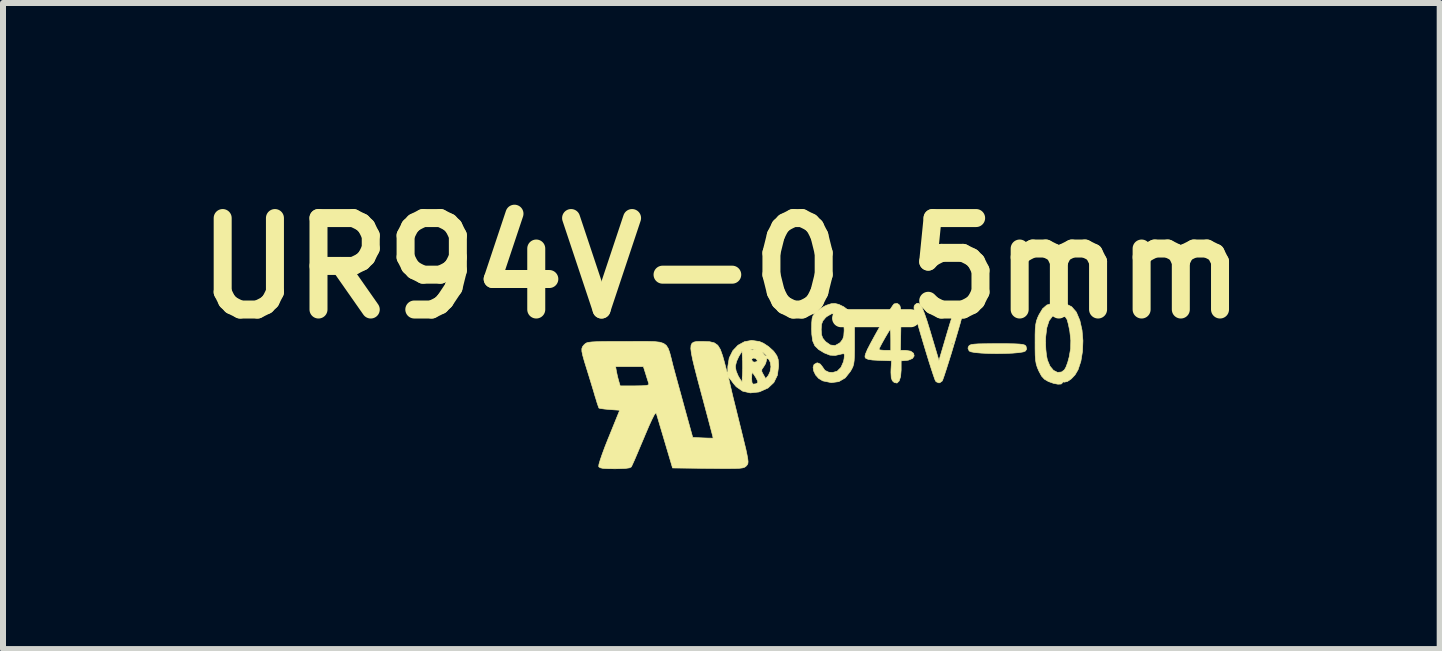
<source format=kicad_pcb>
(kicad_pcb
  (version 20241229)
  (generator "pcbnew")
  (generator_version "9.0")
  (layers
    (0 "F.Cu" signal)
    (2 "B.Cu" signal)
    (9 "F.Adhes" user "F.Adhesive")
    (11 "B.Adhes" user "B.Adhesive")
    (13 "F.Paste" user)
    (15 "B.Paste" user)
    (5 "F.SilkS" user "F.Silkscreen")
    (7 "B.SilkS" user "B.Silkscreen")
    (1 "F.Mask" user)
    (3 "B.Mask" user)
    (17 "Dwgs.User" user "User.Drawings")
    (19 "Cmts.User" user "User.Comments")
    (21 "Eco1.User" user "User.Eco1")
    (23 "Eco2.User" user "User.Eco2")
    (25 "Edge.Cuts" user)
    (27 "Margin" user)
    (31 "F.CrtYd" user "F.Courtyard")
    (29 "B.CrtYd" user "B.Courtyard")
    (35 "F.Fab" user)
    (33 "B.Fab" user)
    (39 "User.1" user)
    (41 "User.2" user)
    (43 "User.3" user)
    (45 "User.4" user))
  (footprint "UR94V-0_5mm"
    (layer "F.Cu")
    (at 11.67 4.218)
    (property "Reference" "UR94V-0_5mm" (at -2.7 -2.8 0) (layer "F.SilkS") (effects (font (size 1.524 1.524) (thickness 0.3))))
    (attr through_hole)
    (fp_poly (pts (xy 2.061 -1.541) (xy 2.18 -1.539) (xy 2.264 -1.535) (xy 2.319 -1.529) (xy 2.353 -1.519) (xy 2.371 -1.506) (xy 2.376 -1.5) (xy 2.387 -1.452) (xy 2.369 -1.42) (xy 2.331 -1.404) (xy 2.255 -1.392) (xy 2.149 -1.383) (xy 2.023 -1.378) (xy 1.889 -1.376) (xy 1.755 -1.378) (xy 1.632 -1.384) (xy 1.529 -1.393) (xy 1.458 -1.406) (xy 1.429 -1.42) (xy 1.409 -1.467) (xy 1.422 -1.5) (xy 1.437 -1.515) (xy 1.464 -1.526) (xy 1.51 -1.533) (xy 1.582 -1.538) (xy 1.688 -1.54) (xy 1.833 -1.541) (xy 1.899 -1.541) (xy 2.061 -1.541)) (stroke (width 0.01) (type solid)) (fill yes) (layer "F.SilkS"))
    (fp_poly (pts (xy 1.317 -2.195) (xy 1.322 -2.191) (xy 1.333 -2.175) (xy 1.339 -2.153) (xy 1.338 -2.119) (xy 1.329 -2.066) (xy 1.31 -1.99) (xy 1.281 -1.883) (xy 1.24 -1.742) (xy 1.186 -1.559) (xy 1.183 -1.55) (xy 1.134 -1.385) (xy 1.087 -1.235) (xy 1.046 -1.106) (xy 1.013 -1.006) (xy 0.99 -0.941) (xy 0.98 -0.919) (xy 0.941 -0.891) (xy 0.925 -0.888) (xy 0.883 -0.905) (xy 0.869 -0.919) (xy 0.856 -0.95) (xy 0.831 -1.022) (xy 0.796 -1.128) (xy 0.754 -1.26) (xy 0.707 -1.414) (xy 0.666 -1.55) (xy 0.611 -1.735) (xy 0.57 -1.878) (xy 0.54 -1.985) (xy 0.521 -2.063) (xy 0.512 -2.117) (xy 0.51 -2.152) (xy 0.516 -2.174) (xy 0.527 -2.19) (xy 0.528 -2.191) (xy 0.559 -2.214) (xy 0.588 -2.215) (xy 0.617 -2.191) (xy 0.648 -2.136) (xy 0.684 -2.046) (xy 0.728 -1.918) (xy 0.781 -1.747) (xy 0.789 -1.719) (xy 0.926 -1.26) (xy 1.009 -1.541) (xy 1.134 -1.541) (xy 1.147 -1.529) (xy 1.159 -1.541) (xy 1.147 -1.554) (xy 1.134 -1.541) (xy 1.009 -1.541) (xy 1.061 -1.718) (xy 1.115 -1.897) (xy 1.159 -2.031) (xy 1.196 -2.126) (xy 1.228 -2.186) (xy 1.257 -2.214) (xy 1.286 -2.216) (xy 1.317 -2.195)) (stroke (width 0.01) (type solid)) (fill yes) (layer "F.SilkS"))
    (fp_poly (pts (xy 0.258 -2.195) (xy 0.274 -2.176) (xy 0.284 -2.144) (xy 0.291 -2.09) (xy 0.293 -2.008) (xy 0.293 -1.889) (xy 0.291 -1.796) (xy 0.284 -1.43) (xy 0.373 -1.43) (xy 0.456 -1.416) (xy 0.503 -1.381) (xy 0.513 -1.337) (xy 0.485 -1.295) (xy 0.418 -1.267) (xy 0.386 -1.262) (xy 0.296 -1.255) (xy 0.296 -1.101) (xy 0.287 -0.993) (xy 0.263 -0.92) (xy 0.227 -0.885) (xy 0.181 -0.894) (xy 0.149 -0.924) (xy 0.131 -0.974) (xy 0.126 -1.061) (xy 0.127 -1.108) (xy 0.136 -1.256) (xy -0.071 -1.263) (xy -0.182 -1.269) (xy -0.253 -1.28) (xy -0.292 -1.297) (xy -0.303 -1.309) (xy -0.307 -1.334) (xy -0.295 -1.377) (xy -0.266 -1.444) (xy -0.266 -1.445) (xy -0.074 -1.445) (xy -0.052 -1.436) (xy 0.003 -1.431) (xy 0.025 -1.43) (xy 0.123 -1.43) (xy 0.123 -1.603) (xy 0.122 -1.688) (xy 0.118 -1.75) (xy 0.113 -1.775) (xy 0.113 -1.776) (xy 0.097 -1.756) (xy 0.066 -1.705) (xy 0.026 -1.637) (xy -0.015 -1.564) (xy -0.05 -1.499) (xy -0.071 -1.455) (xy -0.074 -1.445) (xy -0.266 -1.445) (xy -0.217 -1.54) (xy -0.146 -1.671) (xy -0.094 -1.764) (xy -0.019 -1.895) (xy 0.05 -2.011) (xy 0.109 -2.106) (xy 0.153 -2.173) (xy 0.178 -2.204) (xy 0.179 -2.204) (xy 0.227 -2.213) (xy 0.258 -2.195)) (stroke (width 0.01) (type solid)) (fill yes) (layer "F.SilkS"))
    (fp_poly (pts (xy 3.04 -2.205) (xy 3.137 -2.157) (xy 3.21 -2.074) (xy 3.217 -2.063) (xy 3.274 -1.928) (xy 3.31 -1.766) (xy 3.325 -1.591) (xy 3.318 -1.415) (xy 3.291 -1.249) (xy 3.244 -1.107) (xy 3.194 -1.022) (xy 3.131 -0.955) (xy 3.068 -0.912) (xy 3.015 -0.9) (xy 3.002 -0.904) (xy 2.985 -0.897) (xy 2.984 -0.889) (xy 2.963 -0.869) (xy 2.909 -0.866) (xy 2.835 -0.88) (xy 2.752 -0.91) (xy 2.749 -0.911) (xy 2.684 -0.949) (xy 2.635 -1.002) (xy 2.589 -1.088) (xy 2.564 -1.147) (xy 2.547 -1.202) (xy 2.536 -1.265) (xy 2.53 -1.348) (xy 2.528 -1.461) (xy 2.528 -1.554) (xy 2.702 -1.554) (xy 2.707 -1.446) (xy 2.718 -1.344) (xy 2.733 -1.269) (xy 2.776 -1.167) (xy 2.834 -1.097) (xy 2.901 -1.063) (xy 2.968 -1.069) (xy 3.016 -1.105) (xy 3.042 -1.15) (xy 3.071 -1.228) (xy 3.096 -1.32) (xy 3.096 -1.32) (xy 3.12 -1.459) (xy 3.123 -1.597) (xy 3.106 -1.75) (xy 3.083 -1.863) (xy 3.062 -1.941) (xy 3.034 -1.985) (xy 2.99 -2.012) (xy 2.98 -2.016) (xy 2.89 -2.03) (xy 2.817 -1.998) (xy 2.761 -1.923) (xy 2.723 -1.806) (xy 2.704 -1.649) (xy 2.702 -1.554) (xy 2.528 -1.554) (xy 2.528 -1.691) (xy 2.531 -1.79) (xy 2.539 -1.863) (xy 2.551 -1.921) (xy 2.571 -1.976) (xy 2.594 -2.025) (xy 2.654 -2.125) (xy 2.725 -2.186) (xy 2.82 -2.214) (xy 2.91 -2.219) (xy 3.04 -2.205)) (stroke (width 0.01) (type solid)) (fill yes) (layer "F.SilkS"))
    (fp_poly (pts (xy -0.74 -2.195) (xy -0.739 -2.194) (xy -0.661 -2.156) (xy -0.583 -2.098) (xy -0.563 -2.079) (xy -0.481 -1.995) (xy -0.481 -1.595) (xy -0.481 -1.446) (xy -0.483 -1.337) (xy -0.487 -1.259) (xy -0.495 -1.202) (xy -0.508 -1.158) (xy -0.528 -1.117) (xy -0.55 -1.079) (xy -0.636 -0.971) (xy -0.742 -0.909) (xy -0.867 -0.892) (xy -1.008 -0.921) (xy -1.011 -0.922) (xy -1.078 -0.962) (xy -1.129 -1.019) (xy -1.161 -1.085) (xy -1.171 -1.147) (xy -1.155 -1.195) (xy -1.11 -1.22) (xy -1.095 -1.221) (xy -1.051 -1.201) (xy -1.02 -1.162) (xy -0.974 -1.096) (xy -0.91 -1.066) (xy -0.846 -1.061) (xy -0.769 -1.083) (xy -0.706 -1.147) (xy -0.664 -1.243) (xy -0.654 -1.295) (xy -0.649 -1.354) (xy -0.659 -1.375) (xy -0.69 -1.371) (xy -0.697 -1.369) (xy -0.803 -1.345) (xy -0.891 -1.35) (xy -0.984 -1.387) (xy -0.985 -1.387) (xy -1.079 -1.444) (xy -1.142 -1.506) (xy -1.178 -1.587) (xy -1.193 -1.697) (xy -1.195 -1.776) (xy -1.036 -1.776) (xy -1.031 -1.691) (xy -1.011 -1.634) (xy -0.968 -1.581) (xy -0.964 -1.576) (xy -0.883 -1.519) (xy -0.805 -1.51) (xy -0.731 -1.551) (xy -0.713 -1.568) (xy -0.678 -1.615) (xy -0.66 -1.671) (xy -0.654 -1.754) (xy -0.654 -1.776) (xy -0.659 -1.868) (xy -0.675 -1.929) (xy -0.708 -1.978) (xy -0.714 -1.984) (xy -0.788 -2.036) (xy -0.865 -2.039) (xy -0.945 -1.992) (xy -0.964 -1.975) (xy -1.009 -1.921) (xy -1.03 -1.865) (xy -1.036 -1.783) (xy -1.036 -1.776) (xy -1.195 -1.776) (xy -1.196 -1.788) (xy -1.194 -1.892) (xy -1.188 -1.959) (xy -1.174 -2.005) (xy -1.148 -2.043) (xy -1.126 -2.068) (xy -1.058 -2.122) (xy -0.972 -2.171) (xy -0.945 -2.183) (xy -0.867 -2.208) (xy -0.807 -2.211) (xy -0.74 -2.195)) (stroke (width 0.01) (type solid)) (fill yes) (layer "F.SilkS"))
    (fp_poly (pts (xy -2.065 -1.577) (xy -1.999 -1.549) (xy -1.915 -1.494) (xy -1.838 -1.425) (xy -1.818 -1.402) (xy -1.775 -1.34) (xy -1.753 -1.278) (xy -1.746 -1.196) (xy -1.746 -1.166) (xy -1.766 -1.015) (xy -1.825 -0.894) (xy -1.923 -0.802) (xy -2.06 -0.741) (xy -2.077 -0.736) (xy -2.218 -0.721) (xy -2.345 -0.75) (xy -2.452 -0.824) (xy -2.499 -0.879) (xy -2.541 -0.937) (xy -2.572 -0.973) (xy -2.58 -0.979) (xy -2.576 -0.955) (xy -2.561 -0.888) (xy -2.537 -0.786) (xy -2.506 -0.653) (xy -2.467 -0.497) (xy -2.424 -0.323) (xy -2.41 -0.266) (xy -2.36 -0.063) (xy -2.321 0.097) (xy -2.291 0.22) (xy -2.272 0.311) (xy -2.26 0.377) (xy -2.255 0.422) (xy -2.257 0.452) (xy -2.265 0.472) (xy -2.277 0.488) (xy -2.28 0.492) (xy -2.297 0.508) (xy -2.317 0.52) (xy -2.348 0.529) (xy -2.396 0.535) (xy -2.467 0.538) (xy -2.567 0.539) (xy -2.703 0.539) (xy -2.881 0.537) (xy -2.92 0.537) (xy -3.513 0.53) (xy -3.641 0.099) (xy -3.683 -0.043) (xy -3.721 -0.17) (xy -3.752 -0.275) (xy -3.774 -0.349) (xy -3.784 -0.382) (xy -3.795 -0.385) (xy -3.819 -0.353) (xy -3.855 -0.282) (xy -3.906 -0.171) (xy -3.972 -0.016) (xy -3.989 0.025) (xy -4.049 0.166) (xy -4.102 0.292) (xy -4.147 0.397) (xy -4.181 0.472) (xy -4.199 0.51) (xy -4.2 0.512) (xy -4.231 0.528) (xy -4.304 0.538) (xy -4.42 0.542) (xy -4.475 0.543) (xy -4.593 0.541) (xy -4.671 0.537) (xy -4.717 0.527) (xy -4.74 0.512) (xy -4.744 0.504) (xy -4.74 0.47) (xy -4.719 0.398) (xy -4.684 0.296) (xy -4.638 0.172) (xy -4.583 0.033) (xy -4.576 0.017) (xy -4.394 -0.432) (xy -4.562 -0.444) (xy -4.648 -0.452) (xy -4.712 -0.461) (xy -4.74 -0.468) (xy -4.74 -0.469) (xy -4.751 -0.497) (xy -4.772 -0.559) (xy -4.797 -0.643) (xy -4.801 -0.653) (xy -4.829 -0.749) (xy -4.867 -0.874) (xy -4.909 -1.011) (xy -4.941 -1.114) (xy -4.955 -1.159) (xy -4.462 -1.159) (xy -4.448 -1.079) (xy -4.43 -0.994) (xy -4.41 -0.919) (xy -4.386 -0.838) (xy -4.142 -0.838) (xy -4.025 -0.84) (xy -3.951 -0.845) (xy -3.914 -0.855) (xy -3.908 -0.869) (xy -3.92 -0.909) (xy -3.942 -0.978) (xy -3.958 -1.03) (xy -3.999 -1.159) (xy -4.462 -1.159) (xy -4.955 -1.159) (xy -4.983 -1.249) (xy -5.01 -1.346) (xy -5.024 -1.412) (xy -5.025 -1.457) (xy -5.014 -1.49) (xy -4.993 -1.517) (xy -4.981 -1.529) (xy -4.964 -1.544) (xy -4.942 -1.556) (xy -4.908 -1.564) (xy -4.858 -1.57) (xy -4.784 -1.574) (xy -4.681 -1.577) (xy -4.543 -1.578) (xy -4.364 -1.578) (xy -4.291 -1.578) (xy -4.091 -1.579) (xy -3.935 -1.579) (xy -3.815 -1.576) (xy -3.726 -1.566) (xy -3.663 -1.546) (xy -3.618 -1.513) (xy -3.586 -1.463) (xy -3.561 -1.395) (xy -3.537 -1.304) (xy -3.508 -1.187) (xy -3.504 -1.171) (xy -3.47 -1.045) (xy -3.427 -0.887) (xy -3.379 -0.713) (xy -3.331 -0.537) (xy -3.301 -0.427) (xy -3.177 0.021) (xy -3.006 0.029) (xy -2.922 0.032) (xy -2.861 0.033) (xy -2.836 0.032) (xy -2.836 0.032) (xy -2.842 0.008) (xy -2.859 -0.058) (xy -2.886 -0.16) (xy -2.921 -0.293) (xy -2.963 -0.45) (xy -3.01 -0.626) (xy -3.035 -0.719) (xy -3.095 -0.944) (xy -3.142 -1.126) (xy -3.177 -1.27) (xy -3.199 -1.379) (xy -3.209 -1.459) (xy -3.205 -1.514) (xy -3.188 -1.549) (xy -3.157 -1.568) (xy -3.113 -1.577) (xy -3.055 -1.578) (xy -3.001 -1.578) (xy -2.895 -1.574) (xy -2.817 -1.555) (xy -2.76 -1.515) (xy -2.717 -1.446) (xy -2.679 -1.34) (xy -2.651 -1.241) (xy -2.594 -1.023) (xy -2.592 -1.154) (xy -2.466 -1.154) (xy -2.453 -1.084) (xy -2.42 -1.006) (xy -2.411 -0.989) (xy -2.355 -0.9) (xy -2.352 -0.962) (xy -2.195 -0.962) (xy -2.19 -0.894) (xy -2.17 -0.867) (xy -2.127 -0.872) (xy -2.112 -0.877) (xy -2.092 -0.893) (xy -2.097 -0.923) (xy -2.125 -0.976) (xy -2.159 -1.029) (xy -2.182 -1.058) (xy -2.185 -1.06) (xy -2.191 -1.038) (xy -2.195 -0.984) (xy -2.195 -0.962) (xy -2.352 -0.962) (xy -2.348 -1.03) (xy -2.346 -1.076) (xy -2.026 -1.076) (xy -2.001 -1.028) (xy -1.961 -0.959) (xy -1.917 -1.012) (xy -1.888 -1.075) (xy -1.874 -1.153) (xy -1.874 -1.159) (xy -1.884 -1.23) (xy -1.908 -1.279) (xy -1.911 -1.282) (xy -1.94 -1.298) (xy -1.948 -1.272) (xy -1.948 -1.263) (xy -1.963 -1.209) (xy -1.995 -1.156) (xy -2.026 -1.112) (xy -2.026 -1.076) (xy -2.346 -1.076) (xy -2.345 -1.138) (xy -2.346 -1.254) (xy -2.347 -1.272) (xy -2.195 -1.272) (xy -2.174 -1.24) (xy -2.143 -1.233) (xy -2.106 -1.245) (xy -2.102 -1.264) (xy -2.129 -1.295) (xy -2.166 -1.302) (xy -2.192 -1.285) (xy -2.195 -1.272) (xy -2.347 -1.272) (xy -2.348 -1.288) (xy -2.354 -1.405) (xy -2.021 -1.405) (xy -2.014 -1.393) (xy -2.001 -1.375) (xy -1.965 -1.336) (xy -1.949 -1.337) (xy -1.948 -1.341) (xy -1.965 -1.362) (xy -1.991 -1.384) (xy -2.021 -1.405) (xy -2.354 -1.405) (xy -2.355 -1.418) (xy -2.411 -1.324) (xy -2.446 -1.247) (xy -2.465 -1.171) (xy -2.466 -1.154) (xy -2.592 -1.154) (xy -2.592 -1.161) (xy -2.569 -1.303) (xy -2.51 -1.423) (xy -2.494 -1.44) (xy -2.223 -1.44) (xy -2.19 -1.435) (xy -2.182 -1.435) (xy -2.14 -1.438) (xy -2.137 -1.445) (xy -2.139 -1.446) (xy -2.188 -1.451) (xy -2.213 -1.447) (xy -2.223 -1.44) (xy -2.494 -1.44) (xy -2.423 -1.515) (xy -2.315 -1.574) (xy -2.194 -1.596) (xy -2.065 -1.577)) (stroke (width 0.01) (type solid)) (fill yes) (layer "F.SilkS")))
  (gr_rect
    (start -3 -3)
    (end 20.94 7.766)
    (stroke (width 0.1) (type default))
    (fill no)
    (layer "Edge.Cuts")))
</source>
